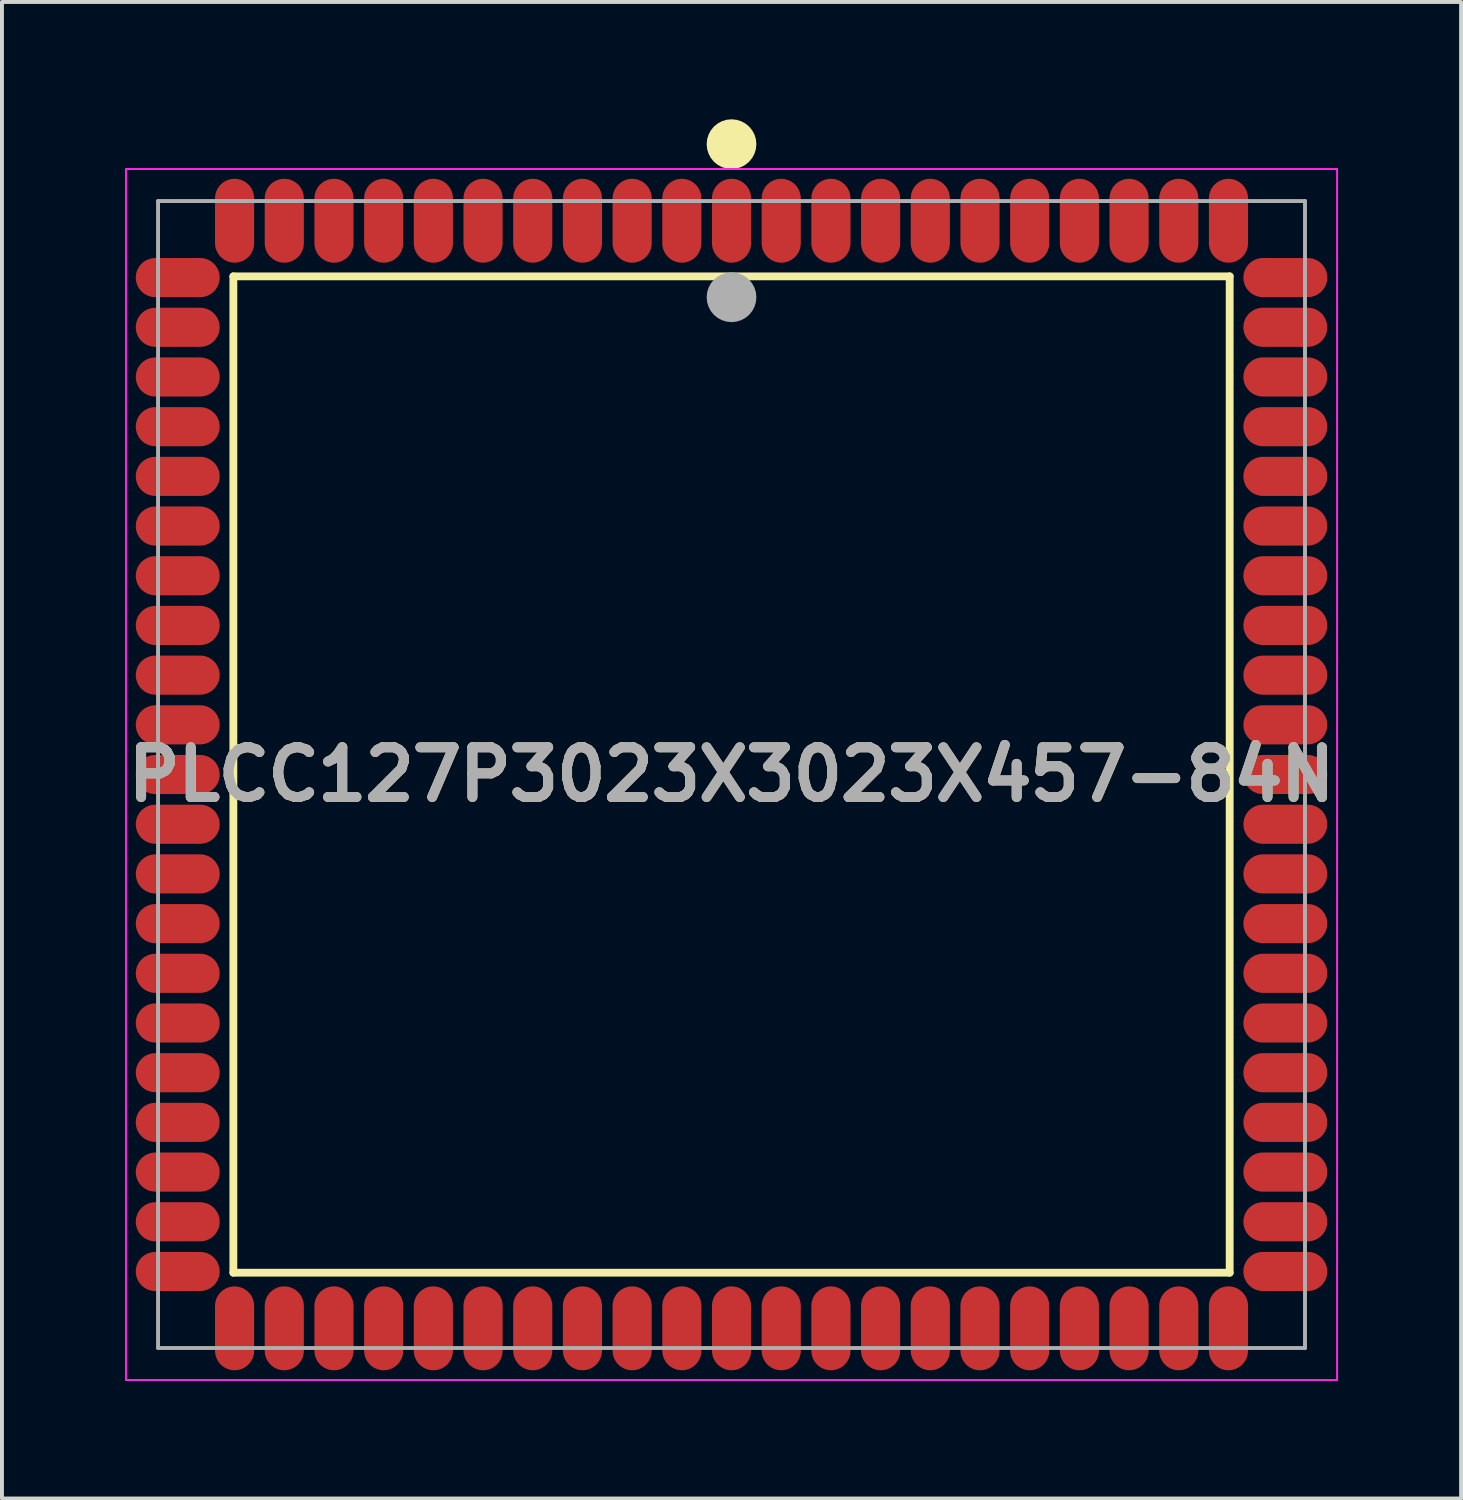
<source format=kicad_pcb>
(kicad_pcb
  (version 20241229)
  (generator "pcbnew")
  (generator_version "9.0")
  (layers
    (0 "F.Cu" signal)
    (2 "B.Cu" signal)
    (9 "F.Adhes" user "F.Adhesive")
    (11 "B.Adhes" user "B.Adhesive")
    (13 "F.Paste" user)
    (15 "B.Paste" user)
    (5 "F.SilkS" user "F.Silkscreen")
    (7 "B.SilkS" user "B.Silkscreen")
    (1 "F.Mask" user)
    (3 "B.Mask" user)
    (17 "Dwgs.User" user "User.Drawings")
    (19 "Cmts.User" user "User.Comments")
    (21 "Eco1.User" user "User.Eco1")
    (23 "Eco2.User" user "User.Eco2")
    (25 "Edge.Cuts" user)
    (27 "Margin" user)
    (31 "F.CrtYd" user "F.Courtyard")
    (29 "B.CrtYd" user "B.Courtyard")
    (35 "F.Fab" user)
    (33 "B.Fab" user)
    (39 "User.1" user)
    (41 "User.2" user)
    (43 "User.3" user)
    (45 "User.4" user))
  (footprint "PLCC127P3023X3023X457-84N"
    (layer "F.Cu")
    (at 15.645 16.744)
    (property "Reference" "PLCC127P3023X3023X457-84N" (at 0 0 0) (layer "F.SilkS") (effects (font (size 1.27 1.27) (thickness 0.254))))
    (attr smd)
    (fp_line (start -12.731 -12.731) (end 12.731 -12.731) (stroke (width 0.2) (type solid)) (layer "F.SilkS"))
    (fp_line (start -12.731 12.731) (end -12.731 -12.731) (stroke (width 0.2) (type solid)) (layer "F.SilkS"))
    (fp_line (start 12.731 -12.731) (end 12.731 12.731) (stroke (width 0.2) (type solid)) (layer "F.SilkS"))
    (fp_line (start 12.731 12.731) (end -12.731 12.731) (stroke (width 0.2) (type solid)) (layer "F.SilkS"))
    (fp_circle (center 0 -16.11) (end 0 -15.792) (stroke (width 0.635) (type solid)) (fill no) (layer "F.SilkS"))
    (fp_line (start -15.475 -15.475) (end 15.475 -15.475) (stroke (width 0.05) (type solid)) (layer "F.CrtYd"))
    (fp_line (start -15.475 15.475) (end -15.475 -15.475) (stroke (width 0.05) (type solid)) (layer "F.CrtYd"))
    (fp_line (start 15.475 -15.475) (end 15.475 15.475) (stroke (width 0.05) (type solid)) (layer "F.CrtYd"))
    (fp_line (start 15.475 15.475) (end -15.475 15.475) (stroke (width 0.05) (type solid)) (layer "F.CrtYd"))
    (fp_line (start -14.656 -14.656) (end 14.656 -14.656) (stroke (width 0.1) (type solid)) (layer "F.Fab"))
    (fp_line (start -14.656 14.656) (end -14.656 -14.656) (stroke (width 0.1) (type solid)) (layer "F.Fab"))
    (fp_line (start 14.656 -14.656) (end 14.656 14.656) (stroke (width 0.1) (type solid)) (layer "F.Fab"))
    (fp_line (start 14.656 14.656) (end -14.656 14.656) (stroke (width 0.1) (type solid)) (layer "F.Fab"))
    (fp_circle (center 0 -12.197) (end 0 -11.879) (stroke (width 0.635) (type solid)) (fill no) (layer "F.Fab"))
    (fp_text user "${REFERENCE}" (at 0 0 0) (layer "F.Fab") (effects (font (size 1.27 1.27) (thickness 0.254))))
    (pad "1" smd oval (at 0 -14.153) (size 1 2.144) (layers "F.Cu" "F.Mask" "F.Paste"))
    (pad "2" smd oval (at -1.27 -14.153) (size 1 2.144) (layers "F.Cu" "F.Mask" "F.Paste"))
    (pad "3" smd oval (at -2.54 -14.153) (size 1 2.144) (layers "F.Cu" "F.Mask" "F.Paste"))
    (pad "4" smd oval (at -3.81 -14.153) (size 1 2.144) (layers "F.Cu" "F.Mask" "F.Paste"))
    (pad "5" smd oval (at -5.08 -14.153) (size 1 2.144) (layers "F.Cu" "F.Mask" "F.Paste"))
    (pad "6" smd oval (at -6.35 -14.153) (size 1 2.144) (layers "F.Cu" "F.Mask" "F.Paste"))
    (pad "7" smd oval (at -7.62 -14.153) (size 1 2.144) (layers "F.Cu" "F.Mask" "F.Paste"))
    (pad "8" smd oval (at -8.89 -14.153) (size 1 2.144) (layers "F.Cu" "F.Mask" "F.Paste"))
    (pad "9" smd oval (at -10.16 -14.153) (size 1 2.144) (layers "F.Cu" "F.Mask" "F.Paste"))
    (pad "10" smd oval (at -11.43 -14.153) (size 1 2.144) (layers "F.Cu" "F.Mask" "F.Paste"))
    (pad "11" smd oval (at -12.7 -14.153) (size 1 2.144) (layers "F.Cu" "F.Mask" "F.Paste"))
    (pad "12" smd oval (at -14.153 -12.7 90) (size 1 2.144) (layers "F.Cu" "F.Mask" "F.Paste"))
    (pad "13" smd oval (at -14.153 -11.43 90) (size 1 2.144) (layers "F.Cu" "F.Mask" "F.Paste"))
    (pad "14" smd oval (at -14.153 -10.16 90) (size 1 2.144) (layers "F.Cu" "F.Mask" "F.Paste"))
    (pad "15" smd oval (at -14.153 -8.89 90) (size 1 2.144) (layers "F.Cu" "F.Mask" "F.Paste"))
    (pad "16" smd oval (at -14.153 -7.62 90) (size 1 2.144) (layers "F.Cu" "F.Mask" "F.Paste"))
    (pad "17" smd oval (at -14.153 -6.35 90) (size 1 2.144) (layers "F.Cu" "F.Mask" "F.Paste"))
    (pad "18" smd oval (at -14.153 -5.08 90) (size 1 2.144) (layers "F.Cu" "F.Mask" "F.Paste"))
    (pad "19" smd oval (at -14.153 -3.81 90) (size 1 2.144) (layers "F.Cu" "F.Mask" "F.Paste"))
    (pad "20" smd oval (at -14.153 -2.54 90) (size 1 2.144) (layers "F.Cu" "F.Mask" "F.Paste"))
    (pad "21" smd oval (at -14.153 -1.27 90) (size 1 2.144) (layers "F.Cu" "F.Mask" "F.Paste"))
    (pad "22" smd oval (at -14.153 0 90) (size 1 2.144) (layers "F.Cu" "F.Mask" "F.Paste"))
    (pad "23" smd oval (at -14.153 1.27 90) (size 1 2.144) (layers "F.Cu" "F.Mask" "F.Paste"))
    (pad "24" smd oval (at -14.153 2.54 90) (size 1 2.144) (layers "F.Cu" "F.Mask" "F.Paste"))
    (pad "25" smd oval (at -14.153 3.81 90) (size 1 2.144) (layers "F.Cu" "F.Mask" "F.Paste"))
    (pad "26" smd oval (at -14.153 5.08 90) (size 1 2.144) (layers "F.Cu" "F.Mask" "F.Paste"))
    (pad "27" smd oval (at -14.153 6.35 90) (size 1 2.144) (layers "F.Cu" "F.Mask" "F.Paste"))
    (pad "28" smd oval (at -14.153 7.62 90) (size 1 2.144) (layers "F.Cu" "F.Mask" "F.Paste"))
    (pad "29" smd oval (at -14.153 8.89 90) (size 1 2.144) (layers "F.Cu" "F.Mask" "F.Paste"))
    (pad "30" smd oval (at -14.153 10.16 90) (size 1 2.144) (layers "F.Cu" "F.Mask" "F.Paste"))
    (pad "31" smd oval (at -14.153 11.43 90) (size 1 2.144) (layers "F.Cu" "F.Mask" "F.Paste"))
    (pad "32" smd oval (at -14.153 12.7 90) (size 1 2.144) (layers "F.Cu" "F.Mask" "F.Paste"))
    (pad "33" smd oval (at -12.7 14.153) (size 1 2.144) (layers "F.Cu" "F.Mask" "F.Paste"))
    (pad "34" smd oval (at -11.43 14.153) (size 1 2.144) (layers "F.Cu" "F.Mask" "F.Paste"))
    (pad "35" smd oval (at -10.16 14.153) (size 1 2.144) (layers "F.Cu" "F.Mask" "F.Paste"))
    (pad "36" smd oval (at -8.89 14.153) (size 1 2.144) (layers "F.Cu" "F.Mask" "F.Paste"))
    (pad "37" smd oval (at -7.62 14.153) (size 1 2.144) (layers "F.Cu" "F.Mask" "F.Paste"))
    (pad "38" smd oval (at -6.35 14.153) (size 1 2.144) (layers "F.Cu" "F.Mask" "F.Paste"))
    (pad "39" smd oval (at -5.08 14.153) (size 1 2.144) (layers "F.Cu" "F.Mask" "F.Paste"))
    (pad "40" smd oval (at -3.81 14.153) (size 1 2.144) (layers "F.Cu" "F.Mask" "F.Paste"))
    (pad "41" smd oval (at -2.54 14.153) (size 1 2.144) (layers "F.Cu" "F.Mask" "F.Paste"))
    (pad "42" smd oval (at -1.27 14.153) (size 1 2.144) (layers "F.Cu" "F.Mask" "F.Paste"))
    (pad "43" smd oval (at 0 14.153) (size 1 2.144) (layers "F.Cu" "F.Mask" "F.Paste"))
    (pad "44" smd oval (at 1.27 14.153) (size 1 2.144) (layers "F.Cu" "F.Mask" "F.Paste"))
    (pad "45" smd oval (at 2.54 14.153) (size 1 2.144) (layers "F.Cu" "F.Mask" "F.Paste"))
    (pad "46" smd oval (at 3.81 14.153) (size 1 2.144) (layers "F.Cu" "F.Mask" "F.Paste"))
    (pad "47" smd oval (at 5.08 14.153) (size 1 2.144) (layers "F.Cu" "F.Mask" "F.Paste"))
    (pad "48" smd oval (at 6.35 14.153) (size 1 2.144) (layers "F.Cu" "F.Mask" "F.Paste"))
    (pad "49" smd oval (at 7.62 14.153) (size 1 2.144) (layers "F.Cu" "F.Mask" "F.Paste"))
    (pad "50" smd oval (at 8.89 14.153) (size 1 2.144) (layers "F.Cu" "F.Mask" "F.Paste"))
    (pad "51" smd oval (at 10.16 14.153) (size 1 2.144) (layers "F.Cu" "F.Mask" "F.Paste"))
    (pad "52" smd oval (at 11.43 14.153) (size 1 2.144) (layers "F.Cu" "F.Mask" "F.Paste"))
    (pad "53" smd oval (at 12.7 14.153) (size 1 2.144) (layers "F.Cu" "F.Mask" "F.Paste"))
    (pad "54" smd oval (at 14.153 12.7 90) (size 1 2.144) (layers "F.Cu" "F.Mask" "F.Paste"))
    (pad "55" smd oval (at 14.153 11.43 90) (size 1 2.144) (layers "F.Cu" "F.Mask" "F.Paste"))
    (pad "56" smd oval (at 14.153 10.16 90) (size 1 2.144) (layers "F.Cu" "F.Mask" "F.Paste"))
    (pad "57" smd oval (at 14.153 8.89 90) (size 1 2.144) (layers "F.Cu" "F.Mask" "F.Paste"))
    (pad "58" smd oval (at 14.153 7.62 90) (size 1 2.144) (layers "F.Cu" "F.Mask" "F.Paste"))
    (pad "59" smd oval (at 14.153 6.35 90) (size 1 2.144) (layers "F.Cu" "F.Mask" "F.Paste"))
    (pad "60" smd oval (at 14.153 5.08 90) (size 1 2.144) (layers "F.Cu" "F.Mask" "F.Paste"))
    (pad "61" smd oval (at 14.153 3.81 90) (size 1 2.144) (layers "F.Cu" "F.Mask" "F.Paste"))
    (pad "62" smd oval (at 14.153 2.54 90) (size 1 2.144) (layers "F.Cu" "F.Mask" "F.Paste"))
    (pad "63" smd oval (at 14.153 1.27 90) (size 1 2.144) (layers "F.Cu" "F.Mask" "F.Paste"))
    (pad "64" smd oval (at 14.153 0 90) (size 1 2.144) (layers "F.Cu" "F.Mask" "F.Paste"))
    (pad "65" smd oval (at 14.153 -1.27 90) (size 1 2.144) (layers "F.Cu" "F.Mask" "F.Paste"))
    (pad "66" smd oval (at 14.153 -2.54 90) (size 1 2.144) (layers "F.Cu" "F.Mask" "F.Paste"))
    (pad "67" smd oval (at 14.153 -3.81 90) (size 1 2.144) (layers "F.Cu" "F.Mask" "F.Paste"))
    (pad "68" smd oval (at 14.153 -5.08 90) (size 1 2.144) (layers "F.Cu" "F.Mask" "F.Paste"))
    (pad "69" smd oval (at 14.153 -6.35 90) (size 1 2.144) (layers "F.Cu" "F.Mask" "F.Paste"))
    (pad "70" smd oval (at 14.153 -7.62 90) (size 1 2.144) (layers "F.Cu" "F.Mask" "F.Paste"))
    (pad "71" smd oval (at 14.153 -8.89 90) (size 1 2.144) (layers "F.Cu" "F.Mask" "F.Paste"))
    (pad "72" smd oval (at 14.153 -10.16 90) (size 1 2.144) (layers "F.Cu" "F.Mask" "F.Paste"))
    (pad "73" smd oval (at 14.153 -11.43 90) (size 1 2.144) (layers "F.Cu" "F.Mask" "F.Paste"))
    (pad "74" smd oval (at 14.153 -12.7 90) (size 1 2.144) (layers "F.Cu" "F.Mask" "F.Paste"))
    (pad "75" smd oval (at 12.7 -14.153) (size 1 2.144) (layers "F.Cu" "F.Mask" "F.Paste"))
    (pad "76" smd oval (at 11.43 -14.153) (size 1 2.144) (layers "F.Cu" "F.Mask" "F.Paste"))
    (pad "77" smd oval (at 10.16 -14.153) (size 1 2.144) (layers "F.Cu" "F.Mask" "F.Paste"))
    (pad "78" smd oval (at 8.89 -14.153) (size 1 2.144) (layers "F.Cu" "F.Mask" "F.Paste"))
    (pad "79" smd oval (at 7.62 -14.153) (size 1 2.144) (layers "F.Cu" "F.Mask" "F.Paste"))
    (pad "80" smd oval (at 6.35 -14.153) (size 1 2.144) (layers "F.Cu" "F.Mask" "F.Paste"))
    (pad "81" smd oval (at 5.08 -14.153) (size 1 2.144) (layers "F.Cu" "F.Mask" "F.Paste"))
    (pad "82" smd oval (at 3.81 -14.153) (size 1 2.144) (layers "F.Cu" "F.Mask" "F.Paste"))
    (pad "83" smd oval (at 2.54 -14.153) (size 1 2.144) (layers "F.Cu" "F.Mask" "F.Paste"))
    (pad "84" smd oval (at 1.27 -14.153) (size 1 2.144) (layers "F.Cu" "F.Mask" "F.Paste")))
  (gr_rect
    (start -3 -3)
    (end 34.29 35.245)
    (stroke (width 0.1) (type default))
    (fill no)
    (layer "Edge.Cuts")))
</source>
